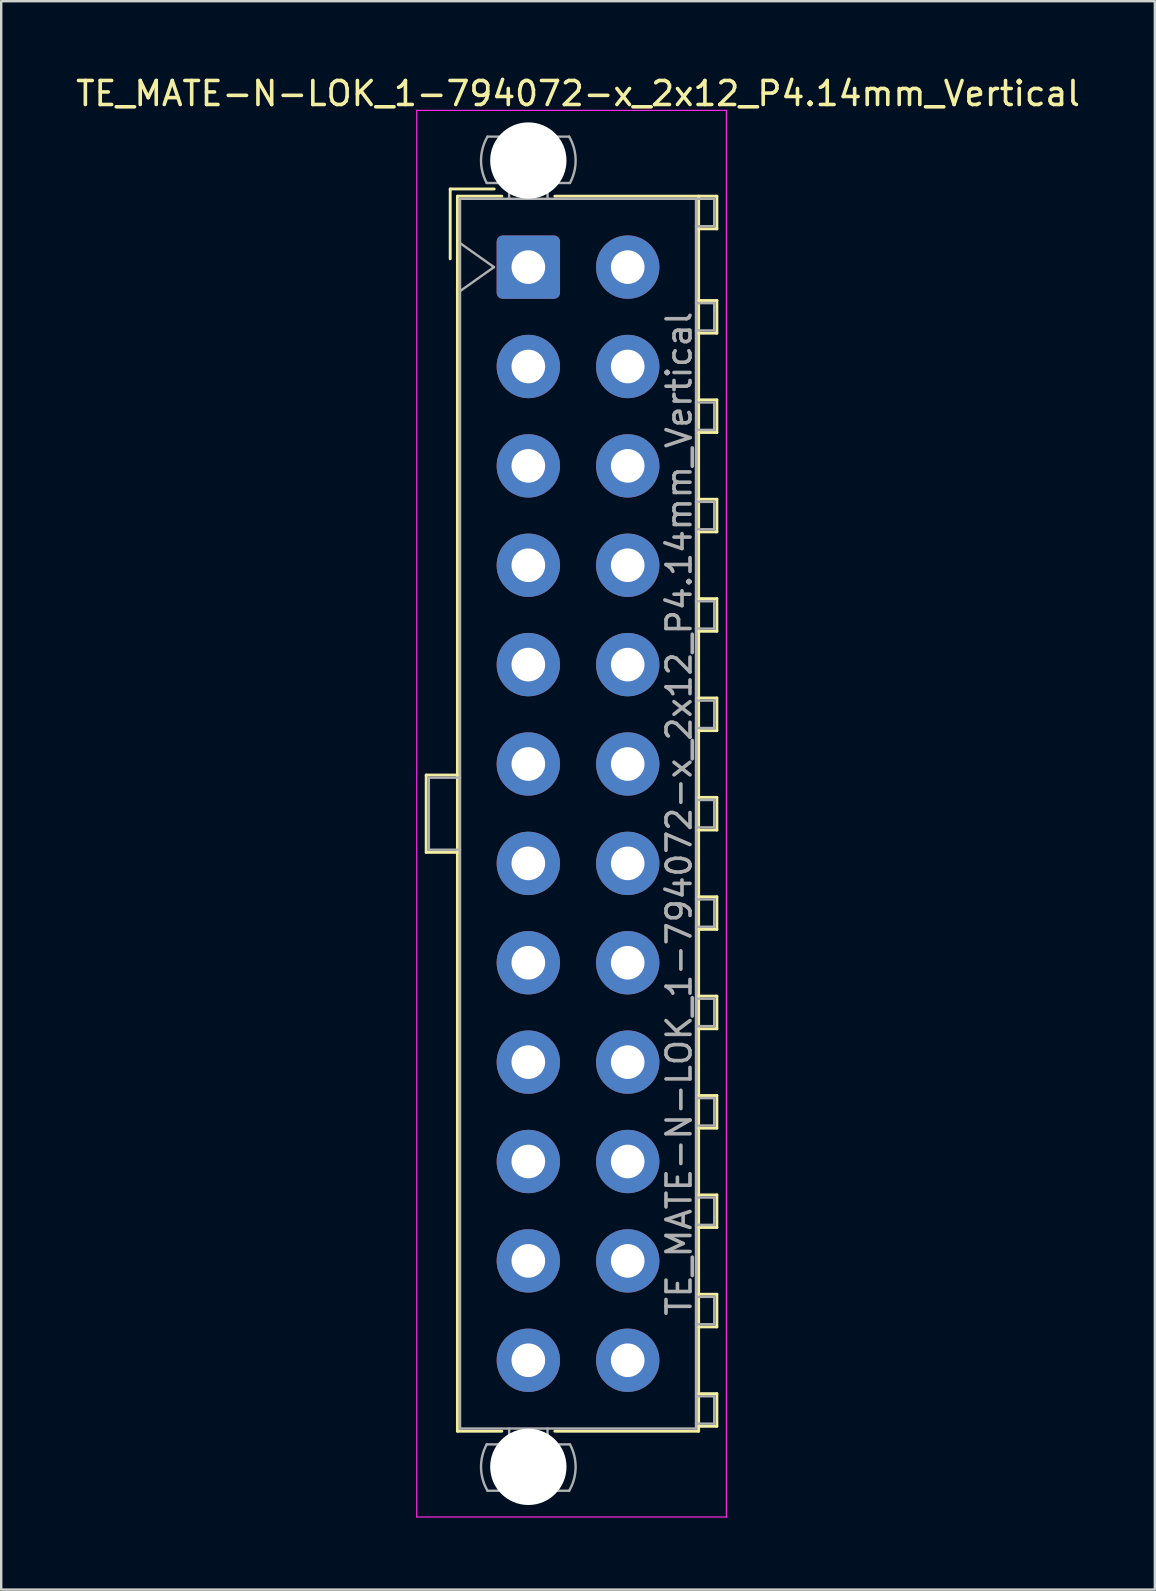
<source format=kicad_pcb>
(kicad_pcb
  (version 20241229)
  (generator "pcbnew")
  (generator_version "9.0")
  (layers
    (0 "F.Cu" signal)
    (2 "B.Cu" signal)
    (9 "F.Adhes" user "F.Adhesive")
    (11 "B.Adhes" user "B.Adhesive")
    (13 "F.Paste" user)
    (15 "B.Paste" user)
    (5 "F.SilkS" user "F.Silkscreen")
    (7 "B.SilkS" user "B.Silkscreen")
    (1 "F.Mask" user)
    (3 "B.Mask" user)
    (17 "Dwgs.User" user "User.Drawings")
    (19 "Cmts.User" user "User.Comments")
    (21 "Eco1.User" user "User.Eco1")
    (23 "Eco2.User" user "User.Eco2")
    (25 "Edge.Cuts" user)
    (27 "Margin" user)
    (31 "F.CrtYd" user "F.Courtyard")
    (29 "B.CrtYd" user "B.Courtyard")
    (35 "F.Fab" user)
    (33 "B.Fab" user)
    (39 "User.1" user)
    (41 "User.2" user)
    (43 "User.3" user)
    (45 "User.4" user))
  (footprint "TE_MATE-N-LOK_1-794072-x_2x12_P4.14mm_Vertical"
    (layer "F.Cu")
    (at 18.96 8.078)
    (property "Reference" "TE_MATE-N-LOK_1-794072-x_2x12_P4.14mm_Vertical" (at 2.07 -7.23 0) (layer "F.SilkS") (effects (font (size 1 1) (thickness 0.15))))
    (attr through_hole)
    (fp_line (start -4.255 21.16) (end -4.255 24.38) (stroke (width 0.12) (type solid)) (layer "F.SilkS"))
    (fp_line (start -4.255 24.38) (end -2.955 24.38) (stroke (width 0.12) (type solid)) (layer "F.SilkS"))
    (fp_line (start -3.255 -3.255) (end -3.255 -0.345) (stroke (width 0.12) (type solid)) (layer "F.SilkS"))
    (fp_line (start -2.955 -2.955) (end -2.955 48.495) (stroke (width 0.12) (type solid)) (layer "F.SilkS"))
    (fp_line (start -2.955 21.16) (end -4.255 21.16) (stroke (width 0.12) (type solid)) (layer "F.SilkS"))
    (fp_line (start -2.955 48.495) (end -1.103 48.495) (stroke (width 0.12) (type solid)) (layer "F.SilkS"))
    (fp_line (start -1.421 -3.255) (end -3.255 -3.255) (stroke (width 0.12) (type solid)) (layer "F.SilkS"))
    (fp_line (start -1.103 -2.955) (end -2.955 -2.955) (stroke (width 0.12) (type solid)) (layer "F.SilkS"))
    (fp_line (start 1.103 -2.955) (end 7.095 -2.955) (stroke (width 0.12) (type solid)) (layer "F.SilkS"))
    (fp_line (start 7.095 -2.955) (end 7.095 48.495) (stroke (width 0.12) (type solid)) (layer "F.SilkS"))
    (fp_line (start 7.095 -2.955) (end 7.855 -2.955) (stroke (width 0.12) (type solid)) (layer "F.SilkS"))
    (fp_line (start 7.095 1.39) (end 7.855 1.39) (stroke (width 0.12) (type solid)) (layer "F.SilkS"))
    (fp_line (start 7.095 5.53) (end 7.855 5.53) (stroke (width 0.12) (type solid)) (layer "F.SilkS"))
    (fp_line (start 7.095 9.67) (end 7.855 9.67) (stroke (width 0.12) (type solid)) (layer "F.SilkS"))
    (fp_line (start 7.095 13.81) (end 7.855 13.81) (stroke (width 0.12) (type solid)) (layer "F.SilkS"))
    (fp_line (start 7.095 17.95) (end 7.855 17.95) (stroke (width 0.12) (type solid)) (layer "F.SilkS"))
    (fp_line (start 7.095 22.09) (end 7.855 22.09) (stroke (width 0.12) (type solid)) (layer "F.SilkS"))
    (fp_line (start 7.095 26.23) (end 7.855 26.23) (stroke (width 0.12) (type solid)) (layer "F.SilkS"))
    (fp_line (start 7.095 30.37) (end 7.855 30.37) (stroke (width 0.12) (type solid)) (layer "F.SilkS"))
    (fp_line (start 7.095 34.51) (end 7.855 34.51) (stroke (width 0.12) (type solid)) (layer "F.SilkS"))
    (fp_line (start 7.095 38.65) (end 7.855 38.65) (stroke (width 0.12) (type solid)) (layer "F.SilkS"))
    (fp_line (start 7.095 42.79) (end 7.855 42.79) (stroke (width 0.12) (type solid)) (layer "F.SilkS"))
    (fp_line (start 7.095 46.93) (end 7.855 46.93) (stroke (width 0.12) (type solid)) (layer "F.SilkS"))
    (fp_line (start 7.095 48.495) (end 1.103 48.495) (stroke (width 0.12) (type solid)) (layer "F.SilkS"))
    (fp_line (start 7.855 -2.955) (end 7.855 -1.595) (stroke (width 0.12) (type solid)) (layer "F.SilkS"))
    (fp_line (start 7.855 -1.595) (end 7.095 -1.595) (stroke (width 0.12) (type solid)) (layer "F.SilkS"))
    (fp_line (start 7.855 1.39) (end 7.855 2.75) (stroke (width 0.12) (type solid)) (layer "F.SilkS"))
    (fp_line (start 7.855 2.75) (end 7.095 2.75) (stroke (width 0.12) (type solid)) (layer "F.SilkS"))
    (fp_line (start 7.855 5.53) (end 7.855 6.89) (stroke (width 0.12) (type solid)) (layer "F.SilkS"))
    (fp_line (start 7.855 6.89) (end 7.095 6.89) (stroke (width 0.12) (type solid)) (layer "F.SilkS"))
    (fp_line (start 7.855 9.67) (end 7.855 11.03) (stroke (width 0.12) (type solid)) (layer "F.SilkS"))
    (fp_line (start 7.855 11.03) (end 7.095 11.03) (stroke (width 0.12) (type solid)) (layer "F.SilkS"))
    (fp_line (start 7.855 13.81) (end 7.855 15.17) (stroke (width 0.12) (type solid)) (layer "F.SilkS"))
    (fp_line (start 7.855 15.17) (end 7.095 15.17) (stroke (width 0.12) (type solid)) (layer "F.SilkS"))
    (fp_line (start 7.855 17.95) (end 7.855 19.31) (stroke (width 0.12) (type solid)) (layer "F.SilkS"))
    (fp_line (start 7.855 19.31) (end 7.095 19.31) (stroke (width 0.12) (type solid)) (layer "F.SilkS"))
    (fp_line (start 7.855 22.09) (end 7.855 23.45) (stroke (width 0.12) (type solid)) (layer "F.SilkS"))
    (fp_line (start 7.855 23.45) (end 7.095 23.45) (stroke (width 0.12) (type solid)) (layer "F.SilkS"))
    (fp_line (start 7.855 26.23) (end 7.855 27.59) (stroke (width 0.12) (type solid)) (layer "F.SilkS"))
    (fp_line (start 7.855 27.59) (end 7.095 27.59) (stroke (width 0.12) (type solid)) (layer "F.SilkS"))
    (fp_line (start 7.855 30.37) (end 7.855 31.73) (stroke (width 0.12) (type solid)) (layer "F.SilkS"))
    (fp_line (start 7.855 31.73) (end 7.095 31.73) (stroke (width 0.12) (type solid)) (layer "F.SilkS"))
    (fp_line (start 7.855 34.51) (end 7.855 35.87) (stroke (width 0.12) (type solid)) (layer "F.SilkS"))
    (fp_line (start 7.855 35.87) (end 7.095 35.87) (stroke (width 0.12) (type solid)) (layer "F.SilkS"))
    (fp_line (start 7.855 38.65) (end 7.855 40.01) (stroke (width 0.12) (type solid)) (layer "F.SilkS"))
    (fp_line (start 7.855 40.01) (end 7.095 40.01) (stroke (width 0.12) (type solid)) (layer "F.SilkS"))
    (fp_line (start 7.855 42.79) (end 7.855 44.15) (stroke (width 0.12) (type solid)) (layer "F.SilkS"))
    (fp_line (start 7.855 44.15) (end 7.095 44.15) (stroke (width 0.12) (type solid)) (layer "F.SilkS"))
    (fp_line (start 7.855 46.93) (end 7.855 48.29) (stroke (width 0.12) (type solid)) (layer "F.SilkS"))
    (fp_line (start 7.855 48.29) (end 7.095 48.29) (stroke (width 0.12) (type solid)) (layer "F.SilkS"))
    (fp_line (start -4.65 -6.53) (end -4.65 52.07) (stroke (width 0.05) (type solid)) (layer "F.CrtYd"))
    (fp_line (start -4.65 52.07) (end 8.25 52.07) (stroke (width 0.05) (type solid)) (layer "F.CrtYd"))
    (fp_line (start 8.25 -6.53) (end -4.65 -6.53) (stroke (width 0.05) (type solid)) (layer "F.CrtYd"))
    (fp_line (start 8.25 52.07) (end 8.25 -6.53) (stroke (width 0.05) (type solid)) (layer "F.CrtYd"))
    (fp_line (start -4.145 21.27) (end -4.145 24.27) (stroke (width 0.1) (type solid)) (layer "F.Fab"))
    (fp_line (start -4.145 24.27) (end -2.845 24.27) (stroke (width 0.1) (type solid)) (layer "F.Fab"))
    (fp_line (start -2.845 -2.845) (end -2.845 48.385) (stroke (width 0.1) (type solid)) (layer "F.Fab"))
    (fp_line (start -2.845 -1) (end -1.431 0) (stroke (width 0.1) (type solid)) (layer "F.Fab"))
    (fp_line (start -2.845 21.27) (end -4.145 21.27) (stroke (width 0.1) (type solid)) (layer "F.Fab"))
    (fp_line (start -2.845 48.385) (end 6.985 48.385) (stroke (width 0.1) (type solid)) (layer "F.Fab"))
    (fp_line (start -1.431 0) (end -2.845 1) (stroke (width 0.1) (type solid)) (layer "F.Fab"))
    (fp_line (start -0.8 -2.845) (end -0.8 -3.505) (stroke (width 0.1) (type solid)) (layer "F.Fab"))
    (fp_line (start -0.8 48.385) (end -0.8 49.045) (stroke (width 0.1) (type solid)) (layer "F.Fab"))
    (fp_line (start 0.8 -2.845) (end 0.8 -3.505) (stroke (width 0.1) (type solid)) (layer "F.Fab"))
    (fp_line (start 0.8 48.385) (end 0.8 49.045) (stroke (width 0.1) (type solid)) (layer "F.Fab"))
    (fp_line (start 1.7 -5.436) (end -1.7 -5.436) (stroke (width 0.1) (type solid)) (layer "F.Fab"))
    (fp_line (start 1.7 50.976) (end -1.7 50.976) (stroke (width 0.1) (type solid)) (layer "F.Fab"))
    (fp_line (start 1.734 -3.505) (end -1.734 -3.505) (stroke (width 0.1) (type solid)) (layer "F.Fab"))
    (fp_line (start 1.734 49.045) (end -1.734 49.045) (stroke (width 0.1) (type solid)) (layer "F.Fab"))
    (fp_line (start 6.985 -2.845) (end -2.845 -2.845) (stroke (width 0.1) (type solid)) (layer "F.Fab"))
    (fp_line (start 6.985 -2.845) (end 7.745 -2.845) (stroke (width 0.1) (type solid)) (layer "F.Fab"))
    (fp_line (start 6.985 1.5) (end 7.745 1.5) (stroke (width 0.1) (type solid)) (layer "F.Fab"))
    (fp_line (start 6.985 5.64) (end 7.745 5.64) (stroke (width 0.1) (type solid)) (layer "F.Fab"))
    (fp_line (start 6.985 9.78) (end 7.745 9.78) (stroke (width 0.1) (type solid)) (layer "F.Fab"))
    (fp_line (start 6.985 13.92) (end 7.745 13.92) (stroke (width 0.1) (type solid)) (layer "F.Fab"))
    (fp_line (start 6.985 18.06) (end 7.745 18.06) (stroke (width 0.1) (type solid)) (layer "F.Fab"))
    (fp_line (start 6.985 22.2) (end 7.745 22.2) (stroke (width 0.1) (type solid)) (layer "F.Fab"))
    (fp_line (start 6.985 26.34) (end 7.745 26.34) (stroke (width 0.1) (type solid)) (layer "F.Fab"))
    (fp_line (start 6.985 30.48) (end 7.745 30.48) (stroke (width 0.1) (type solid)) (layer "F.Fab"))
    (fp_line (start 6.985 34.62) (end 7.745 34.62) (stroke (width 0.1) (type solid)) (layer "F.Fab"))
    (fp_line (start 6.985 38.76) (end 7.745 38.76) (stroke (width 0.1) (type solid)) (layer "F.Fab"))
    (fp_line (start 6.985 42.9) (end 7.745 42.9) (stroke (width 0.1) (type solid)) (layer "F.Fab"))
    (fp_line (start 6.985 47.04) (end 7.745 47.04) (stroke (width 0.1) (type solid)) (layer "F.Fab"))
    (fp_line (start 6.985 48.385) (end 6.985 -2.845) (stroke (width 0.1) (type solid)) (layer "F.Fab"))
    (fp_line (start 7.745 -2.845) (end 7.745 -1.705) (stroke (width 0.1) (type solid)) (layer "F.Fab"))
    (fp_line (start 7.745 -1.705) (end 6.985 -1.705) (stroke (width 0.1) (type solid)) (layer "F.Fab"))
    (fp_line (start 7.745 1.5) (end 7.745 2.64) (stroke (width 0.1) (type solid)) (layer "F.Fab"))
    (fp_line (start 7.745 2.64) (end 6.985 2.64) (stroke (width 0.1) (type solid)) (layer "F.Fab"))
    (fp_line (start 7.745 5.64) (end 7.745 6.78) (stroke (width 0.1) (type solid)) (layer "F.Fab"))
    (fp_line (start 7.745 6.78) (end 6.985 6.78) (stroke (width 0.1) (type solid)) (layer "F.Fab"))
    (fp_line (start 7.745 9.78) (end 7.745 10.92) (stroke (width 0.1) (type solid)) (layer "F.Fab"))
    (fp_line (start 7.745 10.92) (end 6.985 10.92) (stroke (width 0.1) (type solid)) (layer "F.Fab"))
    (fp_line (start 7.745 13.92) (end 7.745 15.06) (stroke (width 0.1) (type solid)) (layer "F.Fab"))
    (fp_line (start 7.745 15.06) (end 6.985 15.06) (stroke (width 0.1) (type solid)) (layer "F.Fab"))
    (fp_line (start 7.745 18.06) (end 7.745 19.2) (stroke (width 0.1) (type solid)) (layer "F.Fab"))
    (fp_line (start 7.745 19.2) (end 6.985 19.2) (stroke (width 0.1) (type solid)) (layer "F.Fab"))
    (fp_line (start 7.745 22.2) (end 7.745 23.34) (stroke (width 0.1) (type solid)) (layer "F.Fab"))
    (fp_line (start 7.745 23.34) (end 6.985 23.34) (stroke (width 0.1) (type solid)) (layer "F.Fab"))
    (fp_line (start 7.745 26.34) (end 7.745 27.48) (stroke (width 0.1) (type solid)) (layer "F.Fab"))
    (fp_line (start 7.745 27.48) (end 6.985 27.48) (stroke (width 0.1) (type solid)) (layer "F.Fab"))
    (fp_line (start 7.745 30.48) (end 7.745 31.62) (stroke (width 0.1) (type solid)) (layer "F.Fab"))
    (fp_line (start 7.745 31.62) (end 6.985 31.62) (stroke (width 0.1) (type solid)) (layer "F.Fab"))
    (fp_line (start 7.745 34.62) (end 7.745 35.76) (stroke (width 0.1) (type solid)) (layer "F.Fab"))
    (fp_line (start 7.745 35.76) (end 6.985 35.76) (stroke (width 0.1) (type solid)) (layer "F.Fab"))
    (fp_line (start 7.745 38.76) (end 7.745 39.9) (stroke (width 0.1) (type solid)) (layer "F.Fab"))
    (fp_line (start 7.745 39.9) (end 6.985 39.9) (stroke (width 0.1) (type solid)) (layer "F.Fab"))
    (fp_line (start 7.745 42.9) (end 7.745 44.04) (stroke (width 0.1) (type solid)) (layer "F.Fab"))
    (fp_line (start 7.745 44.04) (end 6.985 44.04) (stroke (width 0.1) (type solid)) (layer "F.Fab"))
    (fp_line (start 7.745 47.04) (end 7.745 48.18) (stroke (width 0.1) (type solid)) (layer "F.Fab"))
    (fp_line (start 7.745 48.18) (end 6.985 48.18) (stroke (width 0.1) (type solid)) (layer "F.Fab"))
    (fp_arc (start -1.733977 -3.505) (mid -1.969689 -4.474992) (end -1.699672 -5.436) (stroke (width 0.1) (type solid)) (layer "F.Fab"))
    (fp_arc (start -1.699672 50.976) (mid -1.969689 50.014992) (end -1.733977 49.045) (stroke (width 0.1) (type solid)) (layer "F.Fab"))
    (fp_arc (start 1.699672 -5.436) (mid 1.969689 -4.474992) (end 1.733977 -3.505) (stroke (width 0.1) (type solid)) (layer "F.Fab"))
    (fp_arc (start 1.733977 49.045) (mid 1.969689 50.014992) (end 1.699672 50.976) (stroke (width 0.1) (type solid)) (layer "F.Fab"))
    (fp_text user "${REFERENCE}" (at 6.28 22.77 90) (layer "F.Fab") (effects (font (size 1 1) (thickness 0.15))))
    (pad "" np_thru_hole circle (at 0 -4.44) (size 3.18 3.18) (drill 3.18) (layers "*.Cu" "*.Mask"))
    (pad "" np_thru_hole circle (at 0 49.98) (size 3.18 3.18) (drill 3.18) (layers "*.Cu" "*.Mask"))
    (pad "1" thru_hole roundrect (at 0 0) (size 2.64 2.64) (drill 1.4) (layers "*.Cu" "*.Mask") (roundrect_rratio 0.095))
    (pad "2" thru_hole circle (at 0 4.14) (size 2.64 2.64) (drill 1.4) (layers "*.Cu" "*.Mask"))
    (pad "3" thru_hole circle (at 0 8.28) (size 2.64 2.64) (drill 1.4) (layers "*.Cu" "*.Mask"))
    (pad "4" thru_hole circle (at 0 12.42) (size 2.64 2.64) (drill 1.4) (layers "*.Cu" "*.Mask"))
    (pad "5" thru_hole circle (at 0 16.56) (size 2.64 2.64) (drill 1.4) (layers "*.Cu" "*.Mask"))
    (pad "6" thru_hole circle (at 0 20.7) (size 2.64 2.64) (drill 1.4) (layers "*.Cu" "*.Mask"))
    (pad "7" thru_hole circle (at 0 24.84) (size 2.64 2.64) (drill 1.4) (layers "*.Cu" "*.Mask"))
    (pad "8" thru_hole circle (at 0 28.98) (size 2.64 2.64) (drill 1.4) (layers "*.Cu" "*.Mask"))
    (pad "9" thru_hole circle (at 0 33.12) (size 2.64 2.64) (drill 1.4) (layers "*.Cu" "*.Mask"))
    (pad "10" thru_hole circle (at 0 37.26) (size 2.64 2.64) (drill 1.4) (layers "*.Cu" "*.Mask"))
    (pad "11" thru_hole circle (at 0 41.4) (size 2.64 2.64) (drill 1.4) (layers "*.Cu" "*.Mask"))
    (pad "12" thru_hole circle (at 0 45.54) (size 2.64 2.64) (drill 1.4) (layers "*.Cu" "*.Mask"))
    (pad "13" thru_hole circle (at 4.14 0) (size 2.64 2.64) (drill 1.4) (layers "*.Cu" "*.Mask"))
    (pad "14" thru_hole circle (at 4.14 4.14) (size 2.64 2.64) (drill 1.4) (layers "*.Cu" "*.Mask"))
    (pad "15" thru_hole circle (at 4.14 8.28) (size 2.64 2.64) (drill 1.4) (layers "*.Cu" "*.Mask"))
    (pad "16" thru_hole circle (at 4.14 12.42) (size 2.64 2.64) (drill 1.4) (layers "*.Cu" "*.Mask"))
    (pad "17" thru_hole circle (at 4.14 16.56) (size 2.64 2.64) (drill 1.4) (layers "*.Cu" "*.Mask"))
    (pad "18" thru_hole circle (at 4.14 20.7) (size 2.64 2.64) (drill 1.4) (layers "*.Cu" "*.Mask"))
    (pad "19" thru_hole circle (at 4.14 24.84) (size 2.64 2.64) (drill 1.4) (layers "*.Cu" "*.Mask"))
    (pad "20" thru_hole circle (at 4.14 28.98) (size 2.64 2.64) (drill 1.4) (layers "*.Cu" "*.Mask"))
    (pad "21" thru_hole circle (at 4.14 33.12) (size 2.64 2.64) (drill 1.4) (layers "*.Cu" "*.Mask"))
    (pad "22" thru_hole circle (at 4.14 37.26) (size 2.64 2.64) (drill 1.4) (layers "*.Cu" "*.Mask"))
    (pad "23" thru_hole circle (at 4.14 41.4) (size 2.64 2.64) (drill 1.4) (layers "*.Cu" "*.Mask"))
    (pad "24" thru_hole circle (at 4.14 45.54) (size 2.64 2.64) (drill 1.4) (layers "*.Cu" "*.Mask")))
  (gr_rect
    (start -3 -3)
    (end 45.06 63.173)
    (stroke (width 0.1) (type default))
    (fill no)
    (layer "Edge.Cuts")))
</source>
